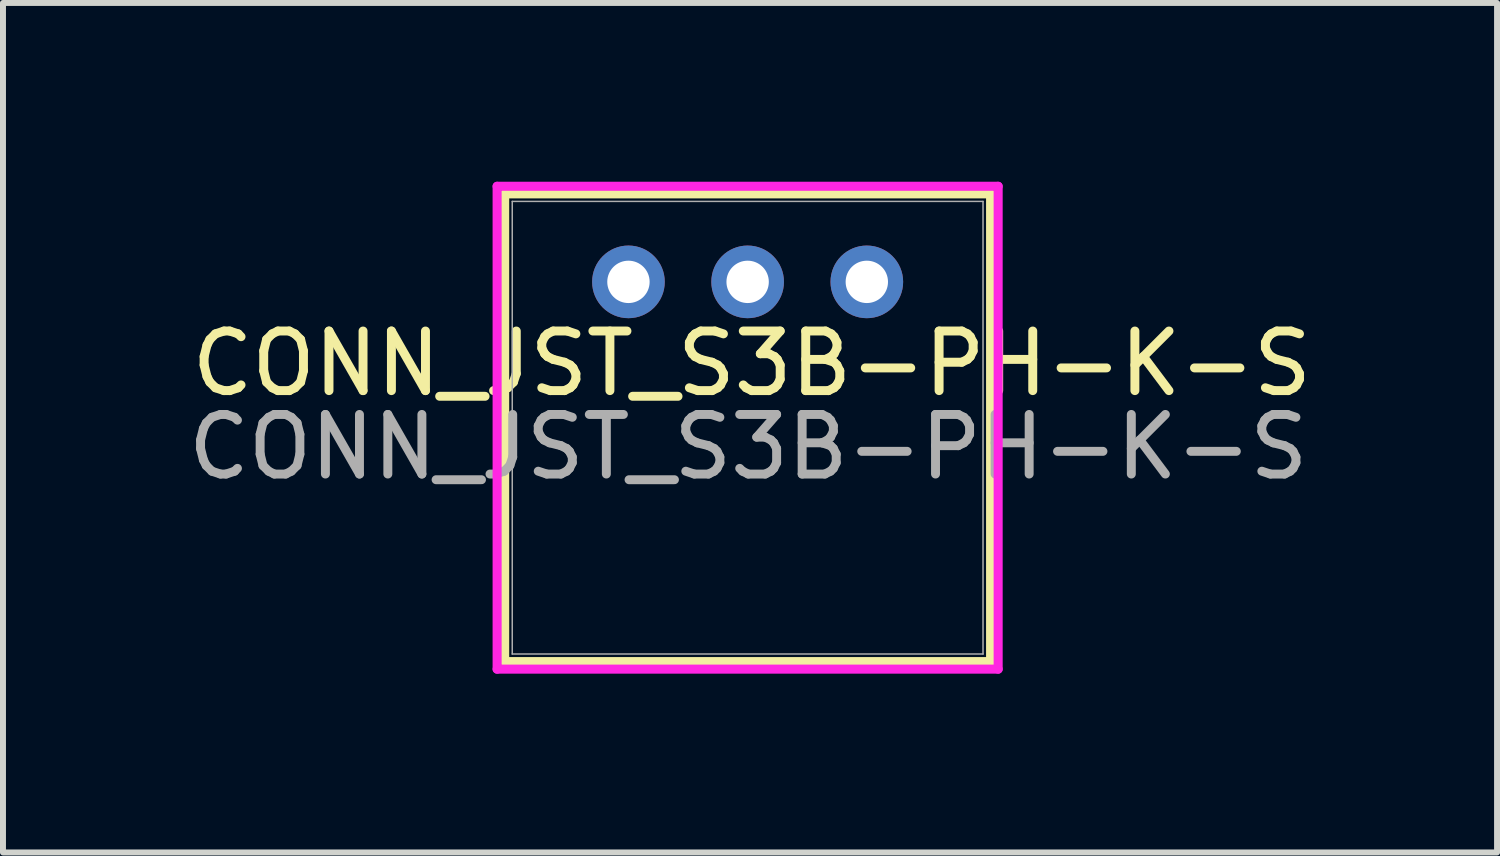
<source format=kicad_pcb>
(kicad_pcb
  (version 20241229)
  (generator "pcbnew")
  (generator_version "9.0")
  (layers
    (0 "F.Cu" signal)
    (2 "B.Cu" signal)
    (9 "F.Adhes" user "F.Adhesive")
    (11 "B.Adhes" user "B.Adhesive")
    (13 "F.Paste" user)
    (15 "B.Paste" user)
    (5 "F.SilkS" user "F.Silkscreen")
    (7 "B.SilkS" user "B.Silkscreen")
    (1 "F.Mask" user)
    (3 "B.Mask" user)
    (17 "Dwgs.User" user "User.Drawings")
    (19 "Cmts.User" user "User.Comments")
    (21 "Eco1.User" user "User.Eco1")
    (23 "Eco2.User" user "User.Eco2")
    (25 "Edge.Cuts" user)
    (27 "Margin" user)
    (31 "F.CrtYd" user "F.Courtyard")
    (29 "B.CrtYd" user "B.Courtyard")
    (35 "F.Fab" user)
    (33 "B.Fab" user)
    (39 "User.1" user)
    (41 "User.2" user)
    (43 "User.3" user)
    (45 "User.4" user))
  (footprint "CONN_JST_S3B-PH-K-S"
    (layer "F.Cu")
    (at 7.496 1.68)
    (property "Reference" "CONN_JST_S3B-PH-K-S" (at 2.07 1.37 0) (unlocked yes) (layer "F.SilkS") (effects (font (size 1 1) (thickness 0.15))))
    (attr through_hole)
    (fp_line (start -2.077 -1.477) (end -2.077 6.372) (stroke (width 0.152) (type solid)) (layer "F.SilkS"))
    (fp_line (start -2.077 6.372) (end 6.077 6.372) (stroke (width 0.152) (type solid)) (layer "F.SilkS"))
    (fp_line (start 6.077 -1.477) (end -2.077 -1.477) (stroke (width 0.152) (type solid)) (layer "F.SilkS"))
    (fp_line (start 6.077 6.372) (end 6.077 -1.477) (stroke (width 0.152) (type solid)) (layer "F.SilkS"))
    (fp_line (start -2.204 -1.604) (end -2.204 6.499) (stroke (width 0.152) (type solid)) (layer "F.CrtYd"))
    (fp_line (start -2.204 6.499) (end 6.204 6.499) (stroke (width 0.152) (type solid)) (layer "F.CrtYd"))
    (fp_line (start 6.204 -1.604) (end -2.204 -1.604) (stroke (width 0.152) (type solid)) (layer "F.CrtYd"))
    (fp_line (start 6.204 6.499) (end 6.204 -1.604) (stroke (width 0.152) (type solid)) (layer "F.CrtYd"))
    (fp_line (start -1.95 -1.35) (end -1.95 6.245) (stroke (width 0.025) (type solid)) (layer "F.Fab"))
    (fp_line (start -1.95 6.245) (end 5.95 6.245) (stroke (width 0.025) (type solid)) (layer "F.Fab"))
    (fp_line (start 5.95 -1.35) (end -1.95 -1.35) (stroke (width 0.025) (type solid)) (layer "F.Fab"))
    (fp_line (start 5.95 6.245) (end 5.95 -1.35) (stroke (width 0.025) (type solid)) (layer "F.Fab"))
    (fp_text user "${REFERENCE}" (at 2.01 2.77 0) (unlocked yes) (layer "F.Fab") (effects (font (size 1 1) (thickness 0.15))))
    (pad "1" thru_hole circle (at 0 0) (size 1.219 1.219) (drill 0.711) (layers "*.Cu" "*.Mask"))
    (pad "2" thru_hole circle (at 2 0) (size 1.219 1.219) (drill 0.711) (layers "*.Cu" "*.Mask"))
    (pad "3" thru_hole circle (at 4 0) (size 1.219 1.219) (drill 0.711) (layers "*.Cu" "*.Mask")))
  (gr_rect
    (start -3 -3)
    (end 22.072 11.255)
    (stroke (width 0.1) (type default))
    (fill no)
    (layer "Edge.Cuts")))
</source>
